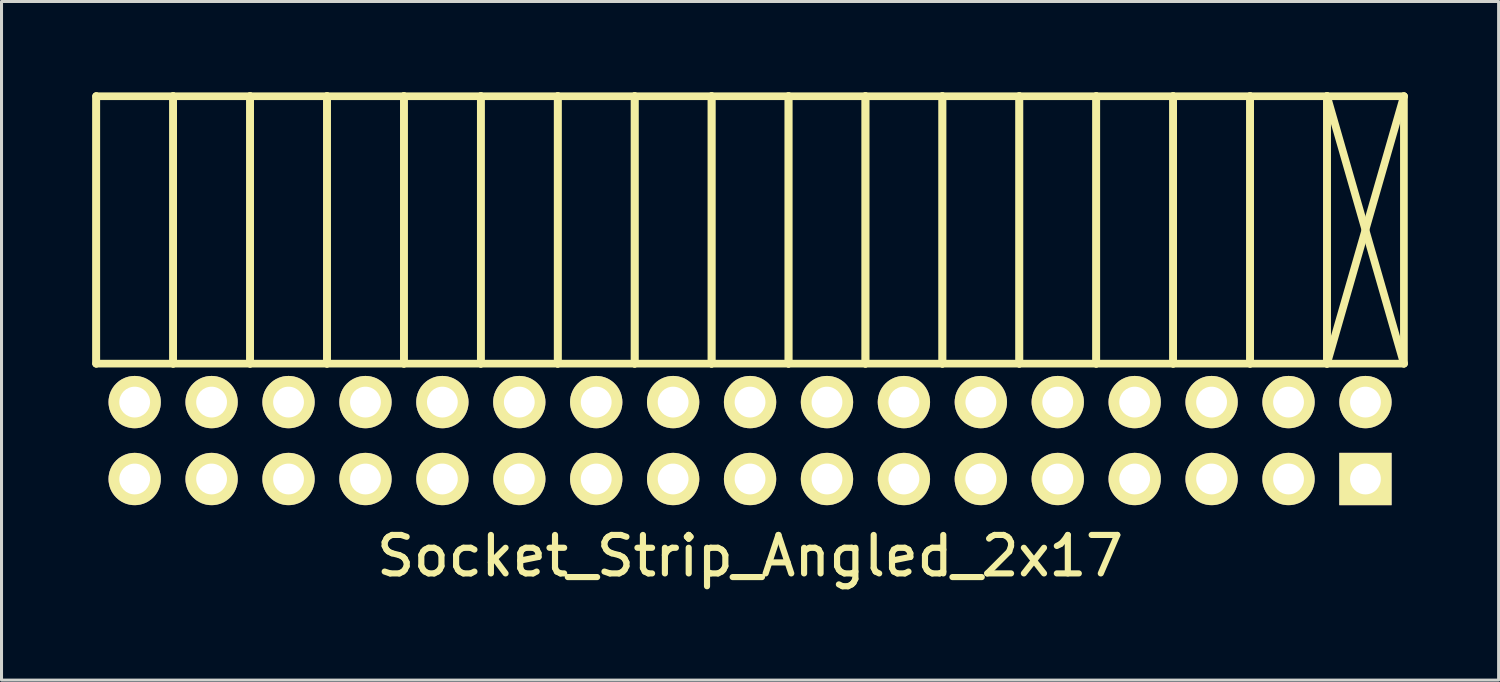
<source format=kicad_pcb>
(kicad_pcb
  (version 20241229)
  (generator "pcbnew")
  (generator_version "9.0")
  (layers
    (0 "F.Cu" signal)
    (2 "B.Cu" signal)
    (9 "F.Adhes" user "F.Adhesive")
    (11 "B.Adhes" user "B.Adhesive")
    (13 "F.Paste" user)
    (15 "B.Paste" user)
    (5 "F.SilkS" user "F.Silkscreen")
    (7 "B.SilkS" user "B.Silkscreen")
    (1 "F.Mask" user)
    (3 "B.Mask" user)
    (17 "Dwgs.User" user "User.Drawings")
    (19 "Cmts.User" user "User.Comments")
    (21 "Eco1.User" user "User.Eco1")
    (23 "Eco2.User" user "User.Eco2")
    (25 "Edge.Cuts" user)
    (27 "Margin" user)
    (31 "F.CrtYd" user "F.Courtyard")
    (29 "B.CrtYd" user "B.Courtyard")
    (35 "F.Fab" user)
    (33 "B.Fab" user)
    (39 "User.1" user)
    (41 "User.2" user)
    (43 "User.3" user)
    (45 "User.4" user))
  (footprint "Socket_Strip_Angled_2x17"
    (layer "F.Cu")
    (at 21.717 11.497)
    (property "Reference" "Socket_Strip_Angled_2x17" (at 0 3.81 0) (layer "F.SilkS") (effects (font (size 1.27 1.27) (thickness 0.203))))
    (attr through_hole)
    (fp_line (start -21.59 -11.37) (end -21.59 -2.54) (stroke (width 0.254) (type solid)) (layer "F.SilkS"))
    (fp_line (start -21.59 -2.54) (end -21.59 -11.37) (stroke (width 0.254) (type solid)) (layer "F.SilkS"))
    (fp_line (start -19.05 -11.37) (end -21.59 -11.37) (stroke (width 0.254) (type solid)) (layer "F.SilkS"))
    (fp_line (start -19.05 -11.37) (end -19.05 -2.54) (stroke (width 0.254) (type solid)) (layer "F.SilkS"))
    (fp_line (start -19.05 -2.54) (end -21.59 -2.54) (stroke (width 0.254) (type solid)) (layer "F.SilkS"))
    (fp_line (start -19.05 -2.54) (end -19.05 -11.37) (stroke (width 0.254) (type solid)) (layer "F.SilkS"))
    (fp_line (start -16.51 -11.37) (end -19.05 -11.37) (stroke (width 0.254) (type solid)) (layer "F.SilkS"))
    (fp_line (start -16.51 -11.37) (end -16.51 -2.54) (stroke (width 0.254) (type solid)) (layer "F.SilkS"))
    (fp_line (start -16.51 -2.54) (end -19.05 -2.54) (stroke (width 0.254) (type solid)) (layer "F.SilkS"))
    (fp_line (start -16.51 -2.54) (end -16.51 -11.37) (stroke (width 0.254) (type solid)) (layer "F.SilkS"))
    (fp_line (start -13.97 -11.37) (end -16.51 -11.37) (stroke (width 0.254) (type solid)) (layer "F.SilkS"))
    (fp_line (start -13.97 -11.37) (end -13.97 -2.54) (stroke (width 0.254) (type solid)) (layer "F.SilkS"))
    (fp_line (start -13.97 -2.54) (end -16.51 -2.54) (stroke (width 0.254) (type solid)) (layer "F.SilkS"))
    (fp_line (start -13.97 -2.54) (end -13.97 -11.37) (stroke (width 0.254) (type solid)) (layer "F.SilkS"))
    (fp_line (start -11.43 -11.37) (end -13.97 -11.37) (stroke (width 0.254) (type solid)) (layer "F.SilkS"))
    (fp_line (start -11.43 -11.37) (end -11.43 -2.54) (stroke (width 0.254) (type solid)) (layer "F.SilkS"))
    (fp_line (start -11.43 -2.54) (end -13.97 -2.54) (stroke (width 0.254) (type solid)) (layer "F.SilkS"))
    (fp_line (start -11.43 -2.54) (end -11.43 -11.37) (stroke (width 0.254) (type solid)) (layer "F.SilkS"))
    (fp_line (start -8.89 -11.37) (end -11.43 -11.37) (stroke (width 0.254) (type solid)) (layer "F.SilkS"))
    (fp_line (start -8.89 -11.37) (end -8.89 -2.54) (stroke (width 0.254) (type solid)) (layer "F.SilkS"))
    (fp_line (start -8.89 -2.54) (end -11.43 -2.54) (stroke (width 0.254) (type solid)) (layer "F.SilkS"))
    (fp_line (start -8.89 -2.54) (end -8.89 -11.37) (stroke (width 0.254) (type solid)) (layer "F.SilkS"))
    (fp_line (start -6.35 -11.37) (end -8.89 -11.37) (stroke (width 0.254) (type solid)) (layer "F.SilkS"))
    (fp_line (start -6.35 -11.37) (end -6.35 -2.54) (stroke (width 0.254) (type solid)) (layer "F.SilkS"))
    (fp_line (start -6.35 -2.54) (end -8.89 -2.54) (stroke (width 0.254) (type solid)) (layer "F.SilkS"))
    (fp_line (start -6.35 -2.54) (end -6.35 -11.37) (stroke (width 0.254) (type solid)) (layer "F.SilkS"))
    (fp_line (start -3.81 -11.37) (end -6.35 -11.37) (stroke (width 0.254) (type solid)) (layer "F.SilkS"))
    (fp_line (start -3.81 -11.37) (end -3.81 -2.54) (stroke (width 0.254) (type solid)) (layer "F.SilkS"))
    (fp_line (start -3.81 -2.54) (end -6.35 -2.54) (stroke (width 0.254) (type solid)) (layer "F.SilkS"))
    (fp_line (start -3.81 -2.54) (end -3.81 -11.37) (stroke (width 0.254) (type solid)) (layer "F.SilkS"))
    (fp_line (start -1.27 -11.37) (end -3.81 -11.37) (stroke (width 0.254) (type solid)) (layer "F.SilkS"))
    (fp_line (start -1.27 -11.37) (end -1.27 -2.54) (stroke (width 0.254) (type solid)) (layer "F.SilkS"))
    (fp_line (start -1.27 -2.54) (end -3.81 -2.54) (stroke (width 0.254) (type solid)) (layer "F.SilkS"))
    (fp_line (start -1.27 -2.54) (end -1.27 -11.37) (stroke (width 0.254) (type solid)) (layer "F.SilkS"))
    (fp_line (start 1.27 -11.37) (end -1.27 -11.37) (stroke (width 0.254) (type solid)) (layer "F.SilkS"))
    (fp_line (start 1.27 -11.37) (end 1.27 -2.54) (stroke (width 0.254) (type solid)) (layer "F.SilkS"))
    (fp_line (start 1.27 -2.54) (end -1.27 -2.54) (stroke (width 0.254) (type solid)) (layer "F.SilkS"))
    (fp_line (start 1.27 -2.54) (end 1.27 -11.37) (stroke (width 0.254) (type solid)) (layer "F.SilkS"))
    (fp_line (start 3.81 -11.37) (end 1.27 -11.37) (stroke (width 0.254) (type solid)) (layer "F.SilkS"))
    (fp_line (start 3.81 -11.37) (end 3.81 -2.54) (stroke (width 0.254) (type solid)) (layer "F.SilkS"))
    (fp_line (start 3.81 -2.54) (end 1.27 -2.54) (stroke (width 0.254) (type solid)) (layer "F.SilkS"))
    (fp_line (start 3.81 -2.54) (end 3.81 -11.37) (stroke (width 0.254) (type solid)) (layer "F.SilkS"))
    (fp_line (start 6.35 -11.37) (end 3.81 -11.37) (stroke (width 0.254) (type solid)) (layer "F.SilkS"))
    (fp_line (start 6.35 -11.37) (end 6.35 -2.54) (stroke (width 0.254) (type solid)) (layer "F.SilkS"))
    (fp_line (start 6.35 -2.54) (end 3.81 -2.54) (stroke (width 0.254) (type solid)) (layer "F.SilkS"))
    (fp_line (start 6.35 -2.54) (end 6.35 -11.37) (stroke (width 0.254) (type solid)) (layer "F.SilkS"))
    (fp_line (start 8.89 -11.37) (end 6.35 -11.37) (stroke (width 0.254) (type solid)) (layer "F.SilkS"))
    (fp_line (start 8.89 -11.37) (end 8.89 -2.54) (stroke (width 0.254) (type solid)) (layer "F.SilkS"))
    (fp_line (start 8.89 -2.54) (end 6.35 -2.54) (stroke (width 0.254) (type solid)) (layer "F.SilkS"))
    (fp_line (start 8.89 -2.54) (end 8.89 -11.37) (stroke (width 0.254) (type solid)) (layer "F.SilkS"))
    (fp_line (start 11.43 -11.37) (end 8.89 -11.37) (stroke (width 0.254) (type solid)) (layer "F.SilkS"))
    (fp_line (start 11.43 -11.37) (end 11.43 -2.54) (stroke (width 0.254) (type solid)) (layer "F.SilkS"))
    (fp_line (start 11.43 -2.54) (end 8.89 -2.54) (stroke (width 0.254) (type solid)) (layer "F.SilkS"))
    (fp_line (start 11.43 -2.54) (end 11.43 -11.37) (stroke (width 0.254) (type solid)) (layer "F.SilkS"))
    (fp_line (start 13.97 -11.37) (end 11.43 -11.37) (stroke (width 0.254) (type solid)) (layer "F.SilkS"))
    (fp_line (start 13.97 -11.37) (end 13.97 -2.54) (stroke (width 0.254) (type solid)) (layer "F.SilkS"))
    (fp_line (start 13.97 -2.54) (end 11.43 -2.54) (stroke (width 0.254) (type solid)) (layer "F.SilkS"))
    (fp_line (start 13.97 -2.54) (end 13.97 -11.37) (stroke (width 0.254) (type solid)) (layer "F.SilkS"))
    (fp_line (start 16.51 -11.37) (end 13.97 -11.37) (stroke (width 0.254) (type solid)) (layer "F.SilkS"))
    (fp_line (start 16.51 -11.37) (end 16.51 -2.54) (stroke (width 0.254) (type solid)) (layer "F.SilkS"))
    (fp_line (start 16.51 -2.54) (end 13.97 -2.54) (stroke (width 0.254) (type solid)) (layer "F.SilkS"))
    (fp_line (start 16.51 -2.54) (end 16.51 -11.37) (stroke (width 0.254) (type solid)) (layer "F.SilkS"))
    (fp_line (start 19.05 -11.37) (end 16.51 -11.37) (stroke (width 0.254) (type solid)) (layer "F.SilkS"))
    (fp_line (start 19.05 -11.37) (end 19.05 -2.54) (stroke (width 0.254) (type solid)) (layer "F.SilkS"))
    (fp_line (start 19.05 -2.54) (end 16.51 -2.54) (stroke (width 0.254) (type solid)) (layer "F.SilkS"))
    (fp_line (start 19.05 -2.54) (end 19.05 -11.37) (stroke (width 0.254) (type solid)) (layer "F.SilkS"))
    (fp_line (start 21.59 -11.37) (end 19.05 -11.37) (stroke (width 0.254) (type solid)) (layer "F.SilkS"))
    (fp_line (start 21.59 -11.37) (end 19.05 -2.54) (stroke (width 0.254) (type solid)) (layer "F.SilkS"))
    (fp_line (start 21.59 -2.54) (end 19.05 -11.37) (stroke (width 0.254) (type solid)) (layer "F.SilkS"))
    (fp_line (start 21.59 -2.54) (end 19.05 -2.54) (stroke (width 0.254) (type solid)) (layer "F.SilkS"))
    (fp_line (start 21.59 -2.54) (end 21.59 -11.37) (stroke (width 0.254) (type solid)) (layer "F.SilkS"))
    (pad "1" thru_hole rect (at 20.32 1.27 180) (size 1.727 1.727) (drill 1.016) (layers "*.Cu" "*.Mask" "F.SilkS"))
    (pad "2" thru_hole oval (at 20.32 -1.27 180) (size 1.727 1.727) (drill 1.016) (layers "*.Cu" "*.Mask" "F.SilkS"))
    (pad "3" thru_hole oval (at 17.78 1.27 180) (size 1.727 1.727) (drill 1.016) (layers "*.Cu" "*.Mask" "F.SilkS"))
    (pad "4" thru_hole oval (at 17.78 -1.27 180) (size 1.727 1.727) (drill 1.016) (layers "*.Cu" "*.Mask" "F.SilkS"))
    (pad "5" thru_hole oval (at 15.24 1.27 180) (size 1.727 1.727) (drill 1.016) (layers "*.Cu" "*.Mask" "F.SilkS"))
    (pad "6" thru_hole oval (at 15.24 -1.27 180) (size 1.727 1.727) (drill 1.016) (layers "*.Cu" "*.Mask" "F.SilkS"))
    (pad "7" thru_hole oval (at 12.7 1.27 180) (size 1.727 1.727) (drill 1.016) (layers "*.Cu" "*.Mask" "F.SilkS"))
    (pad "8" thru_hole oval (at 12.7 -1.27 180) (size 1.727 1.727) (drill 1.016) (layers "*.Cu" "*.Mask" "F.SilkS"))
    (pad "9" thru_hole oval (at 10.16 1.27 180) (size 1.727 1.727) (drill 1.016) (layers "*.Cu" "*.Mask" "F.SilkS"))
    (pad "10" thru_hole oval (at 10.16 -1.27 180) (size 1.727 1.727) (drill 1.016) (layers "*.Cu" "*.Mask" "F.SilkS"))
    (pad "11" thru_hole oval (at 7.62 1.27 180) (size 1.727 1.727) (drill 1.016) (layers "*.Cu" "*.Mask" "F.SilkS"))
    (pad "12" thru_hole oval (at 7.62 -1.27 180) (size 1.727 1.727) (drill 1.016) (layers "*.Cu" "*.Mask" "F.SilkS"))
    (pad "13" thru_hole oval (at 5.08 1.27 180) (size 1.727 1.727) (drill 1.016) (layers "*.Cu" "*.Mask" "F.SilkS"))
    (pad "14" thru_hole oval (at 5.08 -1.27 180) (size 1.727 1.727) (drill 1.016) (layers "*.Cu" "*.Mask" "F.SilkS"))
    (pad "15" thru_hole oval (at 2.54 1.27 180) (size 1.727 1.727) (drill 1.016) (layers "*.Cu" "*.Mask" "F.SilkS"))
    (pad "16" thru_hole oval (at 2.54 -1.27 180) (size 1.727 1.727) (drill 1.016) (layers "*.Cu" "*.Mask" "F.SilkS"))
    (pad "17" thru_hole oval (at 0 1.27 180) (size 1.727 1.727) (drill 1.016) (layers "*.Cu" "*.Mask" "F.SilkS"))
    (pad "18" thru_hole oval (at 0 -1.27 180) (size 1.727 1.727) (drill 1.016) (layers "*.Cu" "*.Mask" "F.SilkS"))
    (pad "19" thru_hole oval (at -2.54 1.27 180) (size 1.727 1.727) (drill 1.016) (layers "*.Cu" "*.Mask" "F.SilkS"))
    (pad "20" thru_hole oval (at -2.54 -1.27 180) (size 1.727 1.727) (drill 1.016) (layers "*.Cu" "*.Mask" "F.SilkS"))
    (pad "21" thru_hole oval (at -5.08 1.27 180) (size 1.727 1.727) (drill 1.016) (layers "*.Cu" "*.Mask" "F.SilkS"))
    (pad "22" thru_hole oval (at -5.08 -1.27 180) (size 1.727 1.727) (drill 1.016) (layers "*.Cu" "*.Mask" "F.SilkS"))
    (pad "23" thru_hole oval (at -7.62 1.27 180) (size 1.727 1.727) (drill 1.016) (layers "*.Cu" "*.Mask" "F.SilkS"))
    (pad "24" thru_hole oval (at -7.62 -1.27 180) (size 1.727 1.727) (drill 1.016) (layers "*.Cu" "*.Mask" "F.SilkS"))
    (pad "25" thru_hole oval (at -10.16 1.27 180) (size 1.727 1.727) (drill 1.016) (layers "*.Cu" "*.Mask" "F.SilkS"))
    (pad "26" thru_hole oval (at -10.16 -1.27 180) (size 1.727 1.727) (drill 1.016) (layers "*.Cu" "*.Mask" "F.SilkS"))
    (pad "27" thru_hole oval (at -12.7 1.27 180) (size 1.727 1.727) (drill 1.016) (layers "*.Cu" "*.Mask" "F.SilkS"))
    (pad "28" thru_hole oval (at -12.7 -1.27 180) (size 1.727 1.727) (drill 1.016) (layers "*.Cu" "*.Mask" "F.SilkS"))
    (pad "29" thru_hole oval (at -15.24 1.27 180) (size 1.727 1.727) (drill 1.016) (layers "*.Cu" "*.Mask" "F.SilkS"))
    (pad "30" thru_hole oval (at -15.24 -1.27 180) (size 1.727 1.727) (drill 1.016) (layers "*.Cu" "*.Mask" "F.SilkS"))
    (pad "31" thru_hole oval (at -17.78 1.27 180) (size 1.727 1.727) (drill 1.016) (layers "*.Cu" "*.Mask" "F.SilkS"))
    (pad "32" thru_hole oval (at -17.78 -1.27 180) (size 1.727 1.727) (drill 1.016) (layers "*.Cu" "*.Mask" "F.SilkS"))
    (pad "33" thru_hole oval (at -20.32 1.27 180) (size 1.727 1.727) (drill 1.016) (layers "*.Cu" "*.Mask" "F.SilkS"))
    (pad "34" thru_hole oval (at -20.32 -1.27 180) (size 1.727 1.727) (drill 1.016) (layers "*.Cu" "*.Mask" "F.SilkS")))
  (gr_rect
    (start -3 -3)
    (end 46.434 19.407)
    (stroke (width 0.1) (type default))
    (fill no)
    (layer "Edge.Cuts")))
</source>
